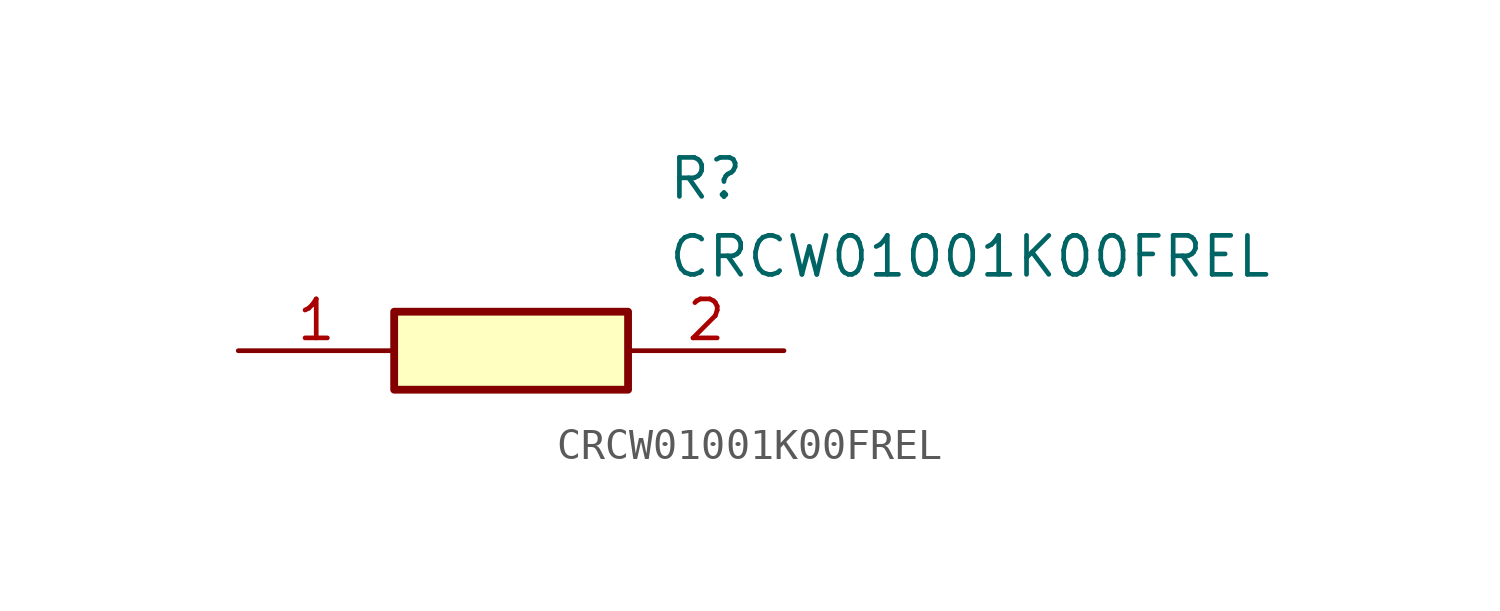
<source format=kicad_sym>
(kicad_symbol_lib
  (version 20211014)
  (generator SamacSys_ECAD_Model)
  (symbol "CRCW01001K00FREL"
    (pin_names hide)
    (property "Reference" "R"
      (at 13.97 6.35 0)
      (effects (font (size 1.27 1.27)) (justify left top)))
    (property "Value" "CRCW01001K00FREL"
      (at 13.97 3.81 0)
      (effects (font (size 1.27 1.27)) (justify left top)))
    (rectangle
      (start 5.08 1.27)
      (end 12.7 -1.27)
      (stroke (width 0.254) (type default))
      (fill (type background)))
    (pin passive line
      (at 0 0 0)
      (length 5.08)
      (name "1" (effects (font (size 1.27 1.27))))
      (number "1" (effects (font (size 1.27 1.27)))))
    (pin passive line
      (at 17.78 0 180)
      (length 5.08)
      (name "2" (effects (font (size 1.27 1.27))))
      (number "2" (effects (font (size 1.27 1.27)))))))
</source>
